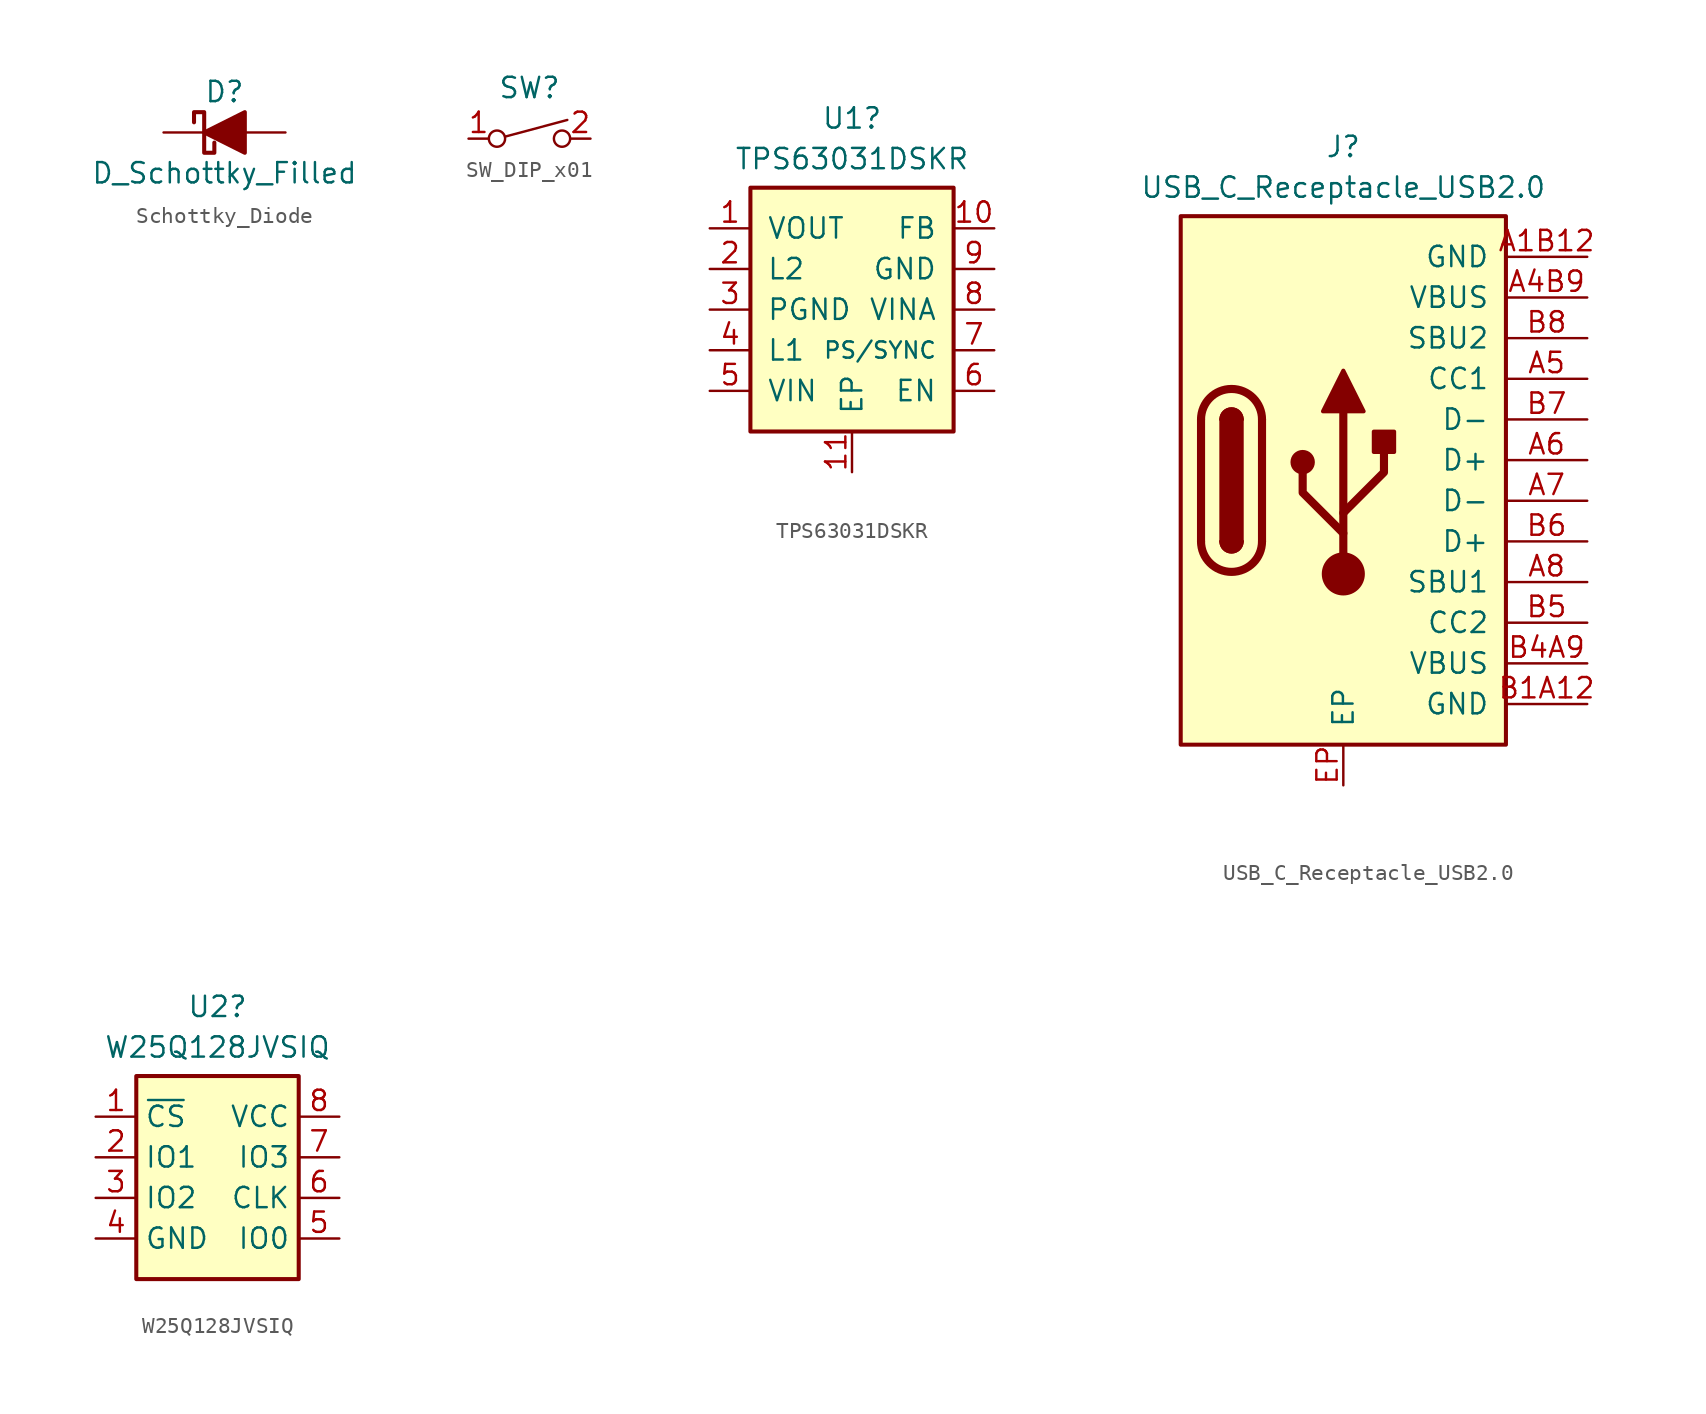
<source format=kicad_sym>
(kicad_symbol_lib
  (version 20220914)
  (generator kicad_symbol_editor)
  (symbol "Schottky_Diode"
    (pin_numbers hide)
    (pin_names
      (offset 1.016) hide)
    (property "Reference" "D"
      (at 0 2.54 0)
      (effects (font (size 1.27 1.27))))
    (property "Value" "D_Schottky_Filled"
      (at 0 -2.54 0)
      (effects (font (size 1.27 1.27))))
    (symbol "Schottky_Diode_0_1"
      (polyline (pts (xy 1.27 0) (xy -1.27 0)) (stroke (width 0) (type default)) (fill (type none)))
      (polyline (pts (xy 1.27 1.27) (xy 1.27 -1.27) (xy -1.27 0) (xy 1.27 1.27)) (stroke (width 0.254) (type default)) (fill (type outline)))
      (polyline (pts (xy -1.905 0.635) (xy -1.905 1.27) (xy -1.27 1.27) (xy -1.27 -1.27) (xy -0.635 -1.27) (xy -0.635 -0.635)) (stroke (width 0.254) (type default)) (fill (type none))))
    (symbol "Schottky_Diode_1_1"
      (pin passive line (at -3.81 0 0) (length 2.54) (name "K" (effects (font (size 1.27 1.27)))) (number "1" (effects (font (size 1.27 1.27)))))
      (pin passive line (at 3.81 0 180) (length 2.54) (name "A" (effects (font (size 1.27 1.27)))) (number "2" (effects (font (size 1.27 1.27)))))))
  (symbol "SW_DIP_x01"
    (pin_names
      (offset 0) hide)
    (property "Reference" "SW"
      (at 0 3.175 0)
      (effects (font (size 1.27 1.27))))
    (symbol "SW_DIP_x01_0_0"
      (circle (center -2.032 0) (radius 0.508) (stroke (width 0) (type default)) (fill (type none)))
      (polyline (pts (xy -1.524 0.127) (xy 2.362 1.168)) (stroke (width 0) (type default)) (fill (type none)))
      (circle (center 2.032 0) (radius 0.508) (stroke (width 0) (type default)) (fill (type none))))
    (symbol "SW_DIP_x01_1_1"
      (pin passive line (at -3.81 0 0) (length 1.27) (name "~" (effects (font (size 1.27 1.27)))) (number "1" (effects (font (size 1.27 1.27)))))
      (pin passive line (at 3.81 0 180) (length 1.27) (name "~" (effects (font (size 1.27 1.27)))) (number "2" (effects (font (size 1.27 1.27)))))))
  (symbol "TPS63031DSKR"
    (pin_names
      (offset 1.016))
    (property "Reference" "U1"
      (at 0 12.7 0)
      (effects (font (size 1.27 1.27)) (justify top)))
    (property "Value" "TPS63031DSKR"
      (at 0 10.16 0)
      (effects (font (size 1.27 1.27)) (justify top)))
    (symbol "TPS63031DSKR_1_0"
      (rectangle (start -6.35 7.62) (end 6.35 -7.62) (stroke (width 0.254) (type default)) (fill (type background)))
      (pin output line (at -8.89 5.08 0) (length 2.54) (name "VOUT" (effects (font (size 1.27 1.27)))) (number "1" (effects (font (size 1.27 1.27)))))
      (pin input line (at 8.89 5.08 180) (length 2.54) (name "FB" (effects (font (size 1.27 1.27)))) (number "10" (effects (font (size 1.27 1.27)))))
      (pin power_in line (at 0 -10.16 90) (length 2.54) (name "EP" (effects (font (size 1.27 1.27)))) (number "11" (effects (font (size 1.27 1.27)))))
      (pin input line (at -8.89 2.54 0) (length 2.54) (name "L2" (effects (font (size 1.27 1.27)))) (number "2" (effects (font (size 1.27 1.27)))))
      (pin power_in line (at -8.89 0 0) (length 2.54) (name "PGND" (effects (font (size 1.27 1.27)))) (number "3" (effects (font (size 1.27 1.27)))))
      (pin input line (at -8.89 -2.54 0) (length 2.54) (name "L1" (effects (font (size 1.27 1.27)))) (number "4" (effects (font (size 1.27 1.27)))))
      (pin input line (at -8.89 -5.08 0) (length 2.54) (name "VIN" (effects (font (size 1.27 1.27)))) (number "5" (effects (font (size 1.27 1.27)))))
      (pin input line (at 8.89 -5.08 180) (length 2.54) (name "EN" (effects (font (size 1.27 1.27)))) (number "6" (effects (font (size 1.27 1.27)))))
      (pin input line (at 8.89 -2.54 180) (length 2.54) (name "PS/SYNC" (effects (font (size 1.016 1.016)))) (number "7" (effects (font (size 1.27 1.27)))))
      (pin input line (at 8.89 0 180) (length 2.54) (name "VINA" (effects (font (size 1.27 1.27)))) (number "8" (effects (font (size 1.27 1.27)))))
      (pin power_in line (at 8.89 2.54 180) (length 2.54) (name "GND" (effects (font (size 1.27 1.27)))) (number "9" (effects (font (size 1.27 1.27)))))))
  (symbol "USB_C_Receptacle_USB2.0"
    (pin_names
      (offset 1.016))
    (property "Reference" "J"
      (at 0 21.59 0)
      (effects (font (size 1.27 1.27)) (justify top)))
    (property "Value" "USB_C_Receptacle_USB2.0"
      (at 0 19.05 0)
      (effects (font (size 1.27 1.27)) (justify top)))
    (symbol "USB_C_Receptacle_USB2.0_0_1"
      (rectangle (start -10.16 16.51) (end 10.16 -16.51) (stroke (width 0.254) (type default)) (fill (type background)))
      (arc (start -8.89 -3.81) (mid -6.985 -5.7067) (end -5.08 -3.81) (stroke (width 0.508) (type default)) (fill (type none)))
      (arc (start -7.62 -3.81) (mid -6.985 -4.4423) (end -6.35 -3.81) (stroke (width 0.254) (type default)) (fill (type none)))
      (arc (start -7.62 -3.81) (mid -6.985 -4.4423) (end -6.35 -3.81) (stroke (width 0.254) (type default)) (fill (type outline)))
      (rectangle (start -7.62 -3.81) (end -6.35 3.81) (stroke (width 0.254) (type default)) (fill (type outline)))
      (arc (start -6.35 3.81) (mid -6.985 4.4423) (end -7.62 3.81) (stroke (width 0.254) (type default)) (fill (type none)))
      (arc (start -6.35 3.81) (mid -6.985 4.4423) (end -7.62 3.81) (stroke (width 0.254) (type default)) (fill (type outline)))
      (arc (start -5.08 3.81) (mid -6.985 5.7067) (end -8.89 3.81) (stroke (width 0.508) (type default)) (fill (type none)))
      (circle (center -2.54 1.143) (radius 0.635) (stroke (width 0.254) (type default)) (fill (type outline)))
      (circle (center 0 -5.842) (radius 1.27) (stroke (width 0) (type default)) (fill (type outline)))
      (polyline (pts (xy -8.89 -3.81) (xy -8.89 3.81)) (stroke (width 0.508) (type default)) (fill (type none)))
      (polyline (pts (xy -5.08 3.81) (xy -5.08 -3.81)) (stroke (width 0.508) (type default)) (fill (type none)))
      (polyline (pts (xy 0 -5.842) (xy 0 4.318)) (stroke (width 0.508) (type default)) (fill (type none)))
      (polyline (pts (xy 0 -3.302) (xy -2.54 -0.762) (xy -2.54 0.508)) (stroke (width 0.508) (type default)) (fill (type none)))
      (polyline (pts (xy 0 -2.032) (xy 2.54 0.508) (xy 2.54 1.778)) (stroke (width 0.508) (type default)) (fill (type none)))
      (polyline (pts (xy -1.27 4.318) (xy 0 6.858) (xy 1.27 4.318) (xy -1.27 4.318)) (stroke (width 0.254) (type default)) (fill (type outline)))
      (rectangle (start 1.905 1.778) (end 3.175 3.048) (stroke (width 0.254) (type default)) (fill (type outline))))
    (symbol "USB_C_Receptacle_USB2.0_1_1"
      (pin power_out line (at 15.24 13.97 180) (length 5.08) (name "GND" (effects (font (size 1.27 1.27)))) (number "A1B12" (effects (font (size 1.27 1.27)))))
      (pin power_out line (at 15.24 11.43 180) (length 5.08) (name "VBUS" (effects (font (size 1.27 1.27)))) (number "A4B9" (effects (font (size 1.27 1.27)))))
      (pin bidirectional line (at 15.24 6.35 180) (length 5.08) (name "CC1" (effects (font (size 1.27 1.27)))) (number "A5" (effects (font (size 1.27 1.27)))))
      (pin bidirectional line (at 15.24 1.27 180) (length 5.08) (name "D+" (effects (font (size 1.27 1.27)))) (number "A6" (effects (font (size 1.27 1.27)))))
      (pin bidirectional line (at 15.24 -1.27 180) (length 5.08) (name "D-" (effects (font (size 1.27 1.27)))) (number "A7" (effects (font (size 1.27 1.27)))))
      (pin bidirectional line (at 15.24 -6.35 180) (length 5.08) (name "SBU1" (effects (font (size 1.27 1.27)))) (number "A8" (effects (font (size 1.27 1.27)))))
      (pin power_out line (at 15.24 -13.97 180) (length 5.08) (name "GND" (effects (font (size 1.27 1.27)))) (number "B1A12" (effects (font (size 1.27 1.27)))))
      (pin power_out line (at 15.24 -11.43 180) (length 5.08) (name "VBUS" (effects (font (size 1.27 1.27)))) (number "B4A9" (effects (font (size 1.27 1.27)))))
      (pin bidirectional line (at 15.24 -8.89 180) (length 5.08) (name "CC2" (effects (font (size 1.27 1.27)))) (number "B5" (effects (font (size 1.27 1.27)))))
      (pin bidirectional line (at 15.24 -3.81 180) (length 5.08) (name "D+" (effects (font (size 1.27 1.27)))) (number "B6" (effects (font (size 1.27 1.27)))))
      (pin bidirectional line (at 15.24 3.81 180) (length 5.08) (name "D-" (effects (font (size 1.27 1.27)))) (number "B7" (effects (font (size 1.27 1.27)))))
      (pin bidirectional line (at 15.24 8.89 180) (length 5.08) (name "SBU2" (effects (font (size 1.27 1.27)))) (number "B8" (effects (font (size 1.27 1.27)))))
      (pin passive line (at 0 -19.05 90) (length 2.54) (name "EP" (effects (font (size 1.27 1.27)))) (number "EP" (effects (font (size 1.27 1.27)))))))
  (symbol "W25Q128JVSIQ"
    (property "Reference" "U2"
      (at 0 11.43 0)
      (effects (font (size 1.27 1.27)) (justify top)))
    (property "Value" "W25Q128JVSIQ"
      (at 0 8.89 0)
      (effects (font (size 1.27 1.27)) (justify top)))
    (symbol "W25Q128JVSIQ_0_1"
      (rectangle (start -5.08 6.35) (end 5.08 -6.35) (stroke (width 0.254) (type default)) (fill (type background))))
    (symbol "W25Q128JVSIQ_1_1"
      (pin input line (at -7.62 3.81 0) (length 2.54) (name "~{CS}" (effects (font (size 1.27 1.27)))) (number "1" (effects (font (size 1.27 1.27)))))
      (pin bidirectional line (at -7.62 1.27 0) (length 2.54) (name "IO1" (effects (font (size 1.27 1.27)))) (number "2" (effects (font (size 1.27 1.27)))))
      (pin bidirectional line (at -7.62 -1.27 0) (length 2.54) (name "IO2" (effects (font (size 1.27 1.27)))) (number "3" (effects (font (size 1.27 1.27)))))
      (pin power_in line (at -7.62 -3.81 0) (length 2.54) (name "GND" (effects (font (size 1.27 1.27)))) (number "4" (effects (font (size 1.27 1.27)))))
      (pin bidirectional line (at 7.62 -3.81 180) (length 2.54) (name "IO0" (effects (font (size 1.27 1.27)))) (number "5" (effects (font (size 1.27 1.27)))))
      (pin input line (at 7.62 -1.27 180) (length 2.54) (name "CLK" (effects (font (size 1.27 1.27)))) (number "6" (effects (font (size 1.27 1.27)))))
      (pin bidirectional line (at 7.62 1.27 180) (length 2.54) (name "IO3" (effects (font (size 1.27 1.27)))) (number "7" (effects (font (size 1.27 1.27)))))
      (pin power_in line (at 7.62 3.81 180) (length 2.54) (name "VCC" (effects (font (size 1.27 1.27)))) (number "8" (effects (font (size 1.27 1.27))))))))
</source>
